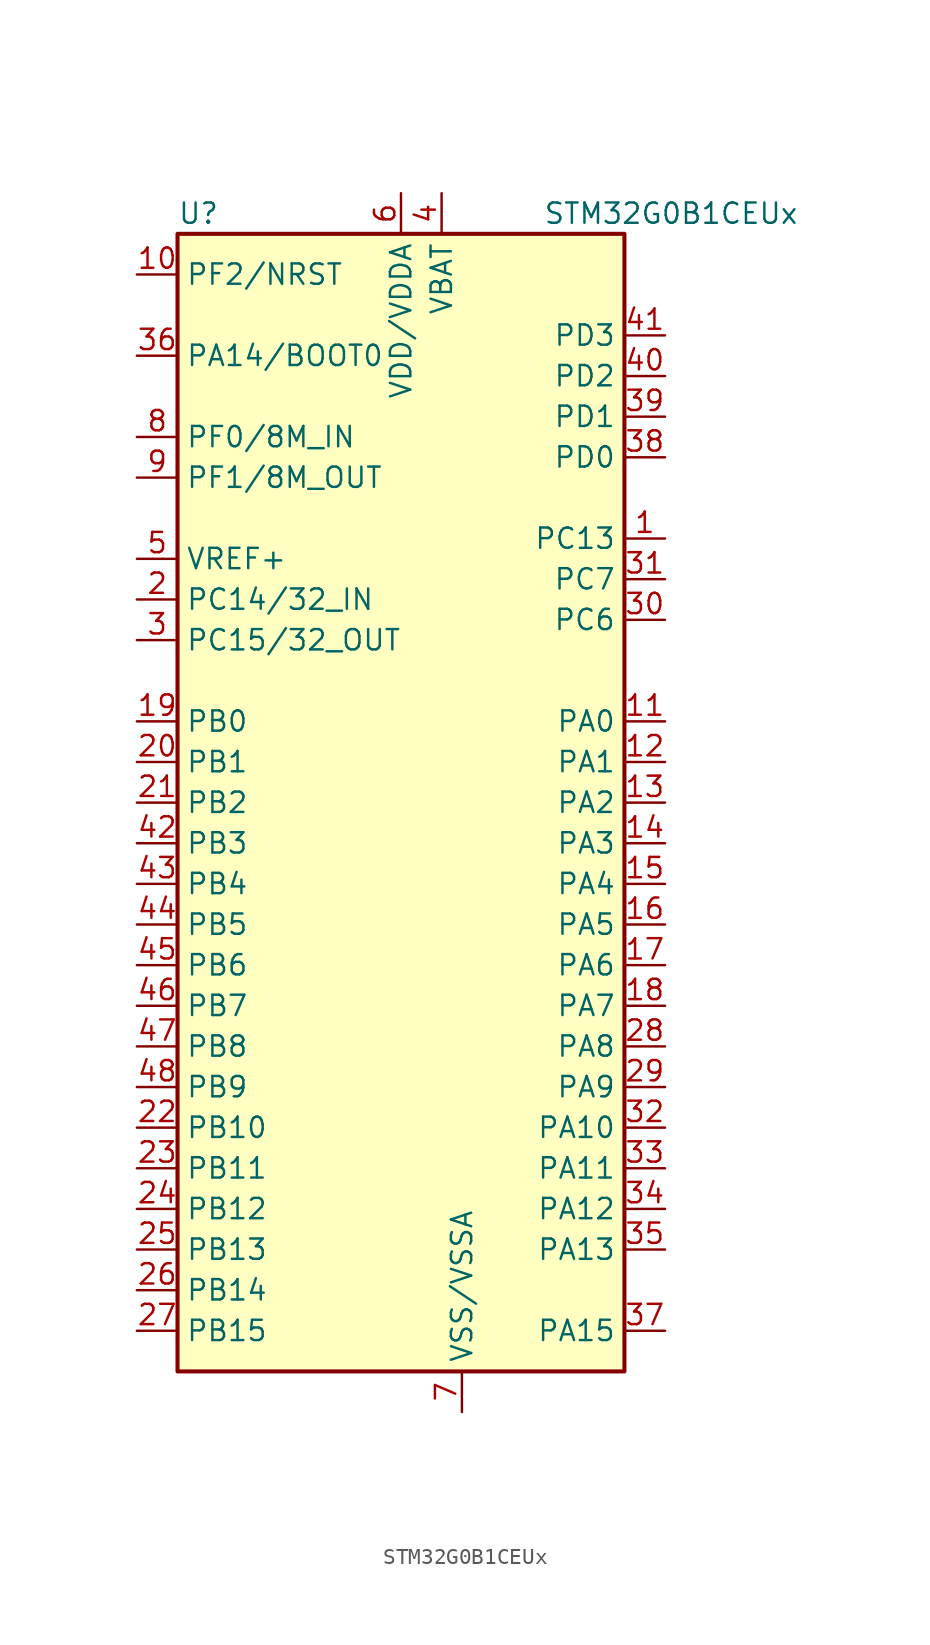
<source format=kicad_sym>
(kicad_symbol_lib
  (version 20211014)
  (generator kicad_symbol_editor)
  (symbol "STM32G0B1CEUx"
    (property "Reference" "U"
      (at -15.24 36.83 0)
      (effects (font (size 1.27 1.27)) (justify left)))
    (property "Value" "STM32G0B1CEUx"
      (at 7.62 36.83 0)
      (effects (font (size 1.27 1.27)) (justify left)))
    (symbol "STM32G0B1CEUx_0_0"
      (pin bidirectional line (at 15.24 11.43 180) (length 2.54) (name "PC6" (effects (font (size 1.27 1.27)))) (number "30" (effects (font (size 1.27 1.27)))))
      (pin bidirectional line (at 15.24 13.97 180) (length 2.54) (name "PC7" (effects (font (size 1.27 1.27)))) (number "31" (effects (font (size 1.27 1.27)))))
      (pin bidirectional line (at 15.24 21.59 180) (length 2.54) (name "PD0" (effects (font (size 1.27 1.27)))) (number "38" (effects (font (size 1.27 1.27)))))
      (pin bidirectional line (at 15.24 24.13 180) (length 2.54) (name "PD1" (effects (font (size 1.27 1.27)))) (number "39" (effects (font (size 1.27 1.27)))))
      (pin power_in line (at 1.27 38.1 270) (length 2.54) (name "VBAT" (effects (font (size 1.27 1.27)))) (number "4" (effects (font (size 1.27 1.27)))))
      (pin bidirectional line (at 15.24 26.67 180) (length 2.54) (name "PD2" (effects (font (size 1.27 1.27)))) (number "40" (effects (font (size 1.27 1.27)))))
      (pin bidirectional line (at 15.24 29.21 180) (length 2.54) (name "PD3" (effects (font (size 1.27 1.27)))) (number "41" (effects (font (size 1.27 1.27)))))
      (pin power_in line (at -17.78 15.24 0) (length 2.54) (name "VREF+" (effects (font (size 1.27 1.27)))) (number "5" (effects (font (size 1.27 1.27))))))
    (symbol "STM32G0B1CEUx_0_1"
      (rectangle (start -15.24 -35.56) (end 12.7 35.56) (stroke (width 0.254) (type default) (color 0 0 0 0)) (fill (type background))))
    (symbol "STM32G0B1CEUx_1_1"
      (pin bidirectional line (at 15.24 16.51 180) (length 2.54) (name "PC13" (effects (font (size 1.27 1.27)))) (number "1" (effects (font (size 1.27 1.27)))))
      (pin input line (at -17.78 33.02 0) (length 2.54) (name "PF2/NRST" (effects (font (size 1.27 1.27)))) (number "10" (effects (font (size 1.27 1.27)))))
      (pin bidirectional line (at 15.24 5.08 180) (length 2.54) (name "PA0" (effects (font (size 1.27 1.27)))) (number "11" (effects (font (size 1.27 1.27)))))
      (pin bidirectional line (at 15.24 2.54 180) (length 2.54) (name "PA1" (effects (font (size 1.27 1.27)))) (number "12" (effects (font (size 1.27 1.27)))))
      (pin bidirectional line (at 15.24 0 180) (length 2.54) (name "PA2" (effects (font (size 1.27 1.27)))) (number "13" (effects (font (size 1.27 1.27)))))
      (pin bidirectional line (at 15.24 -2.54 180) (length 2.54) (name "PA3" (effects (font (size 1.27 1.27)))) (number "14" (effects (font (size 1.27 1.27)))))
      (pin bidirectional line (at 15.24 -5.08 180) (length 2.54) (name "PA4" (effects (font (size 1.27 1.27)))) (number "15" (effects (font (size 1.27 1.27)))))
      (pin bidirectional line (at 15.24 -7.62 180) (length 2.54) (name "PA5" (effects (font (size 1.27 1.27)))) (number "16" (effects (font (size 1.27 1.27)))))
      (pin bidirectional line (at 15.24 -10.16 180) (length 2.54) (name "PA6" (effects (font (size 1.27 1.27)))) (number "17" (effects (font (size 1.27 1.27)))))
      (pin bidirectional line (at 15.24 -12.7 180) (length 2.54) (name "PA7" (effects (font (size 1.27 1.27)))) (number "18" (effects (font (size 1.27 1.27)))))
      (pin bidirectional line (at -17.78 5.08 0) (length 2.54) (name "PB0" (effects (font (size 1.27 1.27)))) (number "19" (effects (font (size 1.27 1.27)))))
      (pin bidirectional line (at -17.78 12.7 0) (length 2.54) (name "PC14/32_IN" (effects (font (size 1.27 1.27)))) (number "2" (effects (font (size 1.27 1.27)))))
      (pin bidirectional line (at -17.78 2.54 0) (length 2.54) (name "PB1" (effects (font (size 1.27 1.27)))) (number "20" (effects (font (size 1.27 1.27)))))
      (pin bidirectional line (at -17.78 0 0) (length 2.54) (name "PB2" (effects (font (size 1.27 1.27)))) (number "21" (effects (font (size 1.27 1.27)))))
      (pin bidirectional line (at -17.78 -20.32 0) (length 2.54) (name "PB10" (effects (font (size 1.27 1.27)))) (number "22" (effects (font (size 1.27 1.27)))))
      (pin bidirectional line (at -17.78 -22.86 0) (length 2.54) (name "PB11" (effects (font (size 1.27 1.27)))) (number "23" (effects (font (size 1.27 1.27)))))
      (pin bidirectional line (at -17.78 -25.4 0) (length 2.54) (name "PB12" (effects (font (size 1.27 1.27)))) (number "24" (effects (font (size 1.27 1.27)))))
      (pin bidirectional line (at -17.78 -27.94 0) (length 2.54) (name "PB13" (effects (font (size 1.27 1.27)))) (number "25" (effects (font (size 1.27 1.27)))))
      (pin bidirectional line (at -17.78 -30.48 0) (length 2.54) (name "PB14" (effects (font (size 1.27 1.27)))) (number "26" (effects (font (size 1.27 1.27)))))
      (pin bidirectional line (at -17.78 -33.02 0) (length 2.54) (name "PB15" (effects (font (size 1.27 1.27)))) (number "27" (effects (font (size 1.27 1.27)))))
      (pin bidirectional line (at 15.24 -15.24 180) (length 2.54) (name "PA8" (effects (font (size 1.27 1.27)))) (number "28" (effects (font (size 1.27 1.27)))))
      (pin bidirectional line (at 15.24 -17.78 180) (length 2.54) (name "PA9" (effects (font (size 1.27 1.27)))) (number "29" (effects (font (size 1.27 1.27)))))
      (pin bidirectional line (at -17.78 10.16 0) (length 2.54) (name "PC15/32_OUT" (effects (font (size 1.27 1.27)))) (number "3" (effects (font (size 1.27 1.27)))))
      (pin bidirectional line (at 15.24 -20.32 180) (length 2.54) (name "PA10" (effects (font (size 1.27 1.27)))) (number "32" (effects (font (size 1.27 1.27)))))
      (pin bidirectional line (at 15.24 -22.86 180) (length 2.54) (name "PA11" (effects (font (size 1.27 1.27)))) (number "33" (effects (font (size 1.27 1.27)))))
      (pin bidirectional line (at 15.24 -25.4 180) (length 2.54) (name "PA12" (effects (font (size 1.27 1.27)))) (number "34" (effects (font (size 1.27 1.27)))))
      (pin bidirectional line (at 15.24 -27.94 180) (length 2.54) (name "PA13" (effects (font (size 1.27 1.27)))) (number "35" (effects (font (size 1.27 1.27)))))
      (pin input line (at -17.78 27.94 0) (length 2.54) (name "PA14/BOOT0" (effects (font (size 1.27 1.27)))) (number "36" (effects (font (size 1.27 1.27)))))
      (pin bidirectional line (at 15.24 -33.02 180) (length 2.54) (name "PA15" (effects (font (size 1.27 1.27)))) (number "37" (effects (font (size 1.27 1.27)))))
      (pin bidirectional line (at -17.78 -2.54 0) (length 2.54) (name "PB3" (effects (font (size 1.27 1.27)))) (number "42" (effects (font (size 1.27 1.27)))))
      (pin bidirectional line (at -17.78 -5.08 0) (length 2.54) (name "PB4" (effects (font (size 1.27 1.27)))) (number "43" (effects (font (size 1.27 1.27)))))
      (pin bidirectional line (at -17.78 -7.62 0) (length 2.54) (name "PB5" (effects (font (size 1.27 1.27)))) (number "44" (effects (font (size 1.27 1.27)))))
      (pin bidirectional line (at -17.78 -10.16 0) (length 2.54) (name "PB6" (effects (font (size 1.27 1.27)))) (number "45" (effects (font (size 1.27 1.27)))))
      (pin bidirectional line (at -17.78 -12.7 0) (length 2.54) (name "PB7" (effects (font (size 1.27 1.27)))) (number "46" (effects (font (size 1.27 1.27)))))
      (pin bidirectional line (at -17.78 -15.24 0) (length 2.54) (name "PB8" (effects (font (size 1.27 1.27)))) (number "47" (effects (font (size 1.27 1.27)))))
      (pin bidirectional line (at -17.78 -17.78 0) (length 2.54) (name "PB9" (effects (font (size 1.27 1.27)))) (number "48" (effects (font (size 1.27 1.27)))))
      (pin power_in line (at -1.27 38.1 270) (length 2.54) (name "VDD/VDDA" (effects (font (size 1.27 1.27)))) (number "6" (effects (font (size 1.27 1.27)))))
      (pin power_in line (at 2.54 -38.1 90) (length 2.54) (name "VSS/VSSA" (effects (font (size 1.27 1.27)))) (number "7" (effects (font (size 1.27 1.27)))))
      (pin input line (at -17.78 22.86 0) (length 2.54) (name "PF0/8M_IN" (effects (font (size 1.27 1.27)))) (number "8" (effects (font (size 1.27 1.27)))))
      (pin input line (at -17.78 20.32 0) (length 2.54) (name "PF1/8M_OUT" (effects (font (size 1.27 1.27)))) (number "9" (effects (font (size 1.27 1.27))))))))
</source>
